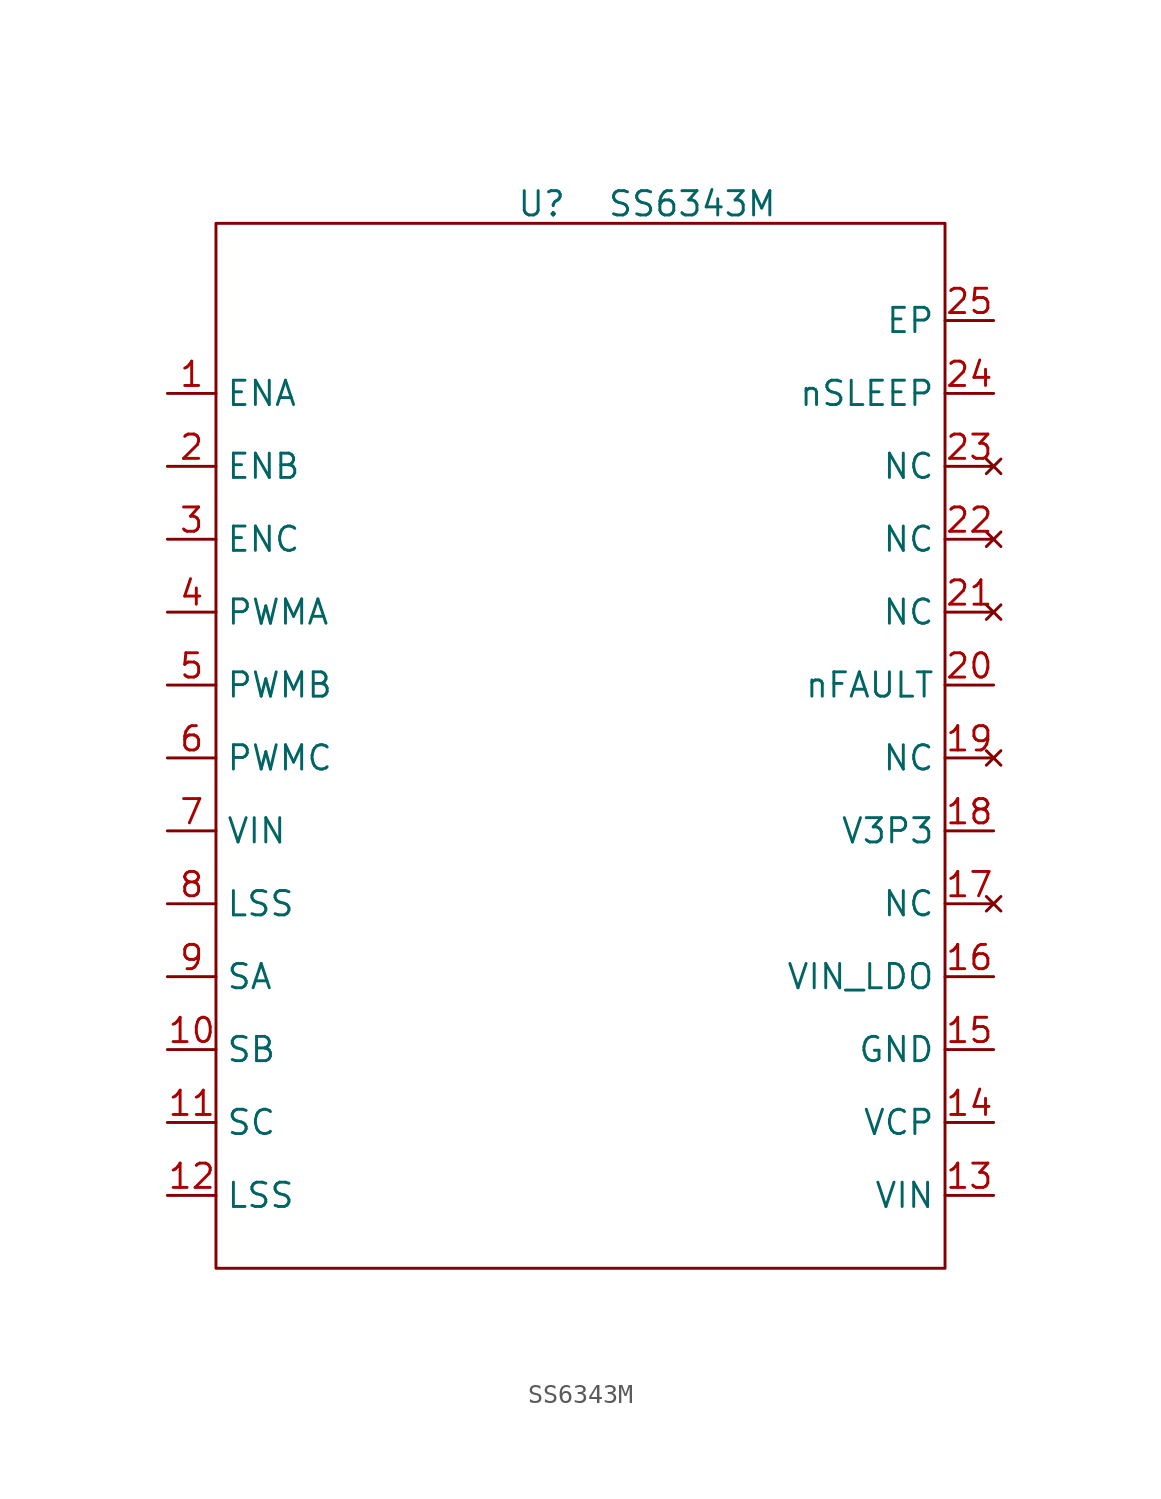
<source format=kicad_sym>
(kicad_symbol_lib
  (version 20241209)
  (generator "kicad_symbol_editor")
  (generator_version "9.0")
  (symbol "SS6343M"
    (property "Reference" "U"
      (at -2.032 55.626 0)
      (effects (font (size 1.27 1.27))))
    (property "Value" "SS6343M"
      (at 5.842 55.626 0)
      (effects (font (size 1.27 1.27))))
    (symbol "SS6343M_0_1"
      (rectangle (start -19.05 54.61) (end 19.05 0) (stroke (width 0) (type default)) (fill (type none))))
    (symbol "SS6343M_1_1"
      (pin input line (at -21.59 45.72 0) (length 2.54) (name "ENA" (effects (font (size 1.27 1.27)))) (number "1" (effects (font (size 1.27 1.27)))))
      (pin input line (at -21.59 41.91 0) (length 2.54) (name "ENB" (effects (font (size 1.27 1.27)))) (number "2" (effects (font (size 1.27 1.27)))))
      (pin input line (at -21.59 38.1 0) (length 2.54) (name "ENC" (effects (font (size 1.27 1.27)))) (number "3" (effects (font (size 1.27 1.27)))))
      (pin input line (at -21.59 34.29 0) (length 2.54) (name "PWMA" (effects (font (size 1.27 1.27)))) (number "4" (effects (font (size 1.27 1.27)))))
      (pin input line (at -21.59 30.48 0) (length 2.54) (name "PWMB" (effects (font (size 1.27 1.27)))) (number "5" (effects (font (size 1.27 1.27)))))
      (pin input line (at -21.59 26.67 0) (length 2.54) (name "PWMC" (effects (font (size 1.27 1.27)))) (number "6" (effects (font (size 1.27 1.27)))))
      (pin power_in line (at -21.59 22.86 0) (length 2.54) (name "VIN" (effects (font (size 1.27 1.27)))) (number "7" (effects (font (size 1.27 1.27)))))
      (pin passive line (at -21.59 19.05 0) (length 2.54) (name "LSS" (effects (font (size 1.27 1.27)))) (number "8" (effects (font (size 1.27 1.27)))))
      (pin output line (at -21.59 15.24 0) (length 2.54) (name "SA" (effects (font (size 1.27 1.27)))) (number "9" (effects (font (size 1.27 1.27)))))
      (pin output line (at -21.59 11.43 0) (length 2.54) (name "SB" (effects (font (size 1.27 1.27)))) (number "10" (effects (font (size 1.27 1.27)))))
      (pin output line (at -21.59 7.62 0) (length 2.54) (name "SC" (effects (font (size 1.27 1.27)))) (number "11" (effects (font (size 1.27 1.27)))))
      (pin passive line (at -21.59 3.81 0) (length 2.54) (name "LSS" (effects (font (size 1.27 1.27)))) (number "12" (effects (font (size 1.27 1.27)))))
      (pin passive line (at 21.59 49.53 180) (length 2.54) (name "EP" (effects (font (size 1.27 1.27)))) (number "25" (effects (font (size 1.27 1.27)))))
      (pin input line (at 21.59 45.72 180) (length 2.54) (name "nSLEEP" (effects (font (size 1.27 1.27)))) (number "24" (effects (font (size 1.27 1.27)))))
      (pin no_connect line (at 21.59 41.91 180) (length 2.54) (name "NC" (effects (font (size 1.27 1.27)))) (number "23" (effects (font (size 1.27 1.27)))))
      (pin no_connect line (at 21.59 38.1 180) (length 2.54) (name "NC" (effects (font (size 1.27 1.27)))) (number "22" (effects (font (size 1.27 1.27)))))
      (pin no_connect line (at 21.59 34.29 180) (length 2.54) (name "NC" (effects (font (size 1.27 1.27)))) (number "21" (effects (font (size 1.27 1.27)))))
      (pin output line (at 21.59 30.48 180) (length 2.54) (name "nFAULT" (effects (font (size 1.27 1.27)))) (number "20" (effects (font (size 1.27 1.27)))))
      (pin no_connect line (at 21.59 26.67 180) (length 2.54) (name "NC" (effects (font (size 1.27 1.27)))) (number "19" (effects (font (size 1.27 1.27)))))
      (pin power_out line (at 21.59 22.86 180) (length 2.54) (name "V3P3" (effects (font (size 1.27 1.27)))) (number "18" (effects (font (size 1.27 1.27)))))
      (pin no_connect line (at 21.59 19.05 180) (length 2.54) (name "NC" (effects (font (size 1.27 1.27)))) (number "17" (effects (font (size 1.27 1.27)))))
      (pin power_in line (at 21.59 15.24 180) (length 2.54) (name "VIN_LDO" (effects (font (size 1.27 1.27)))) (number "16" (effects (font (size 1.27 1.27)))))
      (pin passive line (at 21.59 11.43 180) (length 2.54) (name "GND" (effects (font (size 1.27 1.27)))) (number "15" (effects (font (size 1.27 1.27)))))
      (pin power_out line (at 21.59 7.62 180) (length 2.54) (name "VCP" (effects (font (size 1.27 1.27)))) (number "14" (effects (font (size 1.27 1.27)))))
      (pin power_in line (at 21.59 3.81 180) (length 2.54) (name "VIN" (effects (font (size 1.27 1.27)))) (number "13" (effects (font (size 1.27 1.27))))))))
</source>
